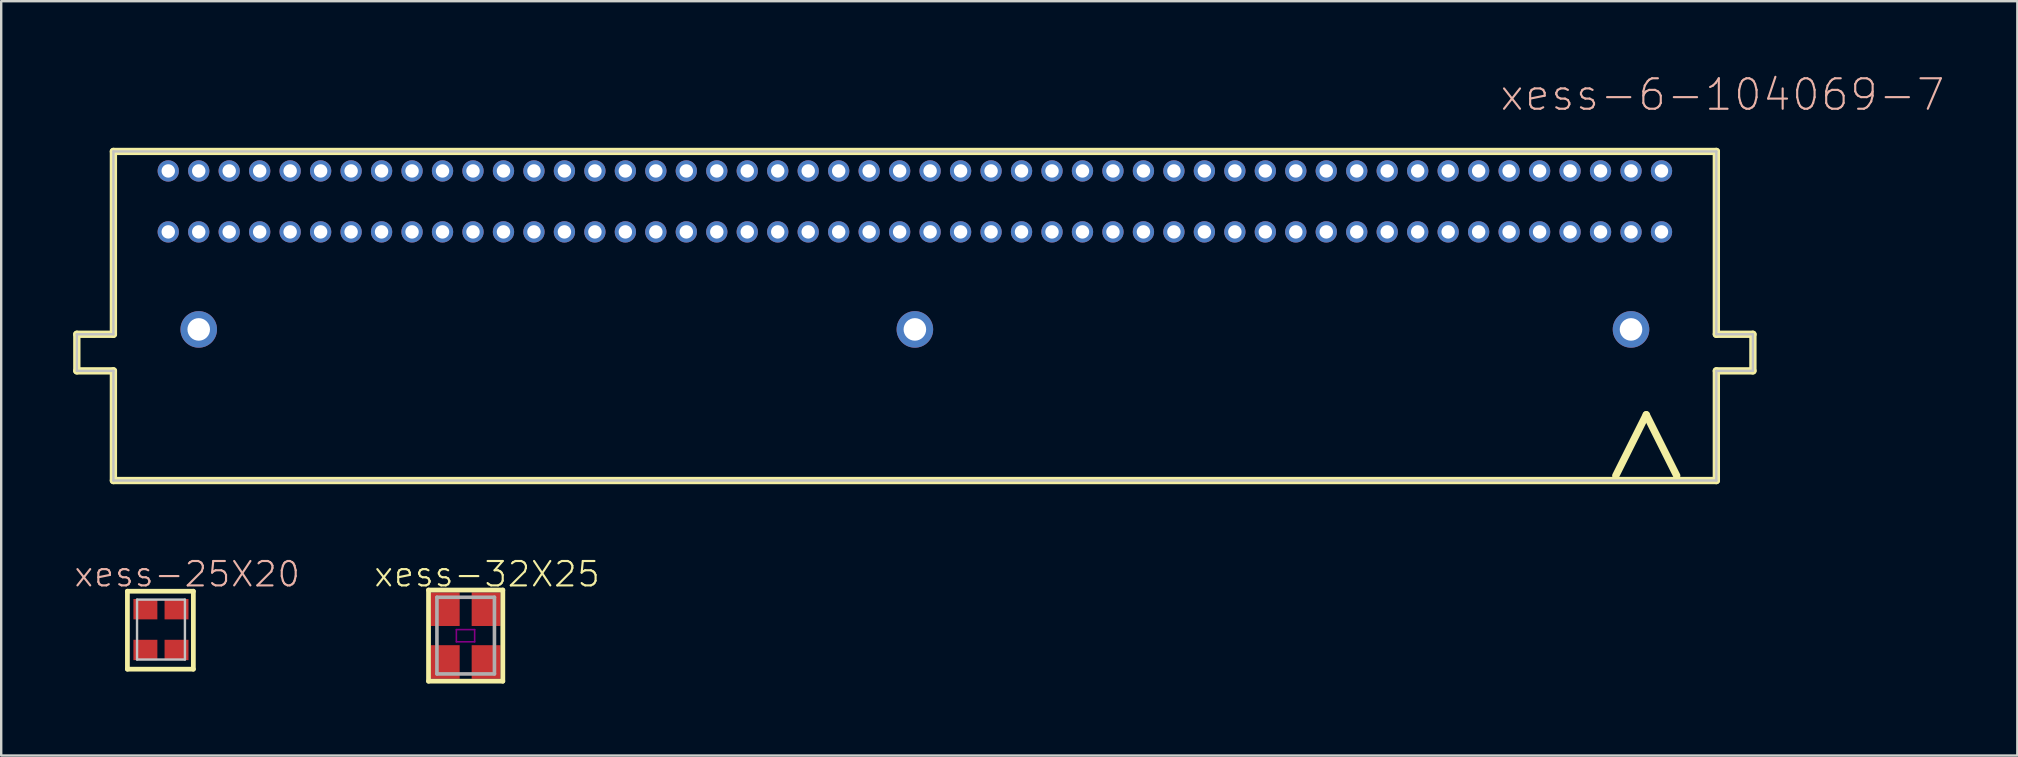
<source format=kicad_pcb>
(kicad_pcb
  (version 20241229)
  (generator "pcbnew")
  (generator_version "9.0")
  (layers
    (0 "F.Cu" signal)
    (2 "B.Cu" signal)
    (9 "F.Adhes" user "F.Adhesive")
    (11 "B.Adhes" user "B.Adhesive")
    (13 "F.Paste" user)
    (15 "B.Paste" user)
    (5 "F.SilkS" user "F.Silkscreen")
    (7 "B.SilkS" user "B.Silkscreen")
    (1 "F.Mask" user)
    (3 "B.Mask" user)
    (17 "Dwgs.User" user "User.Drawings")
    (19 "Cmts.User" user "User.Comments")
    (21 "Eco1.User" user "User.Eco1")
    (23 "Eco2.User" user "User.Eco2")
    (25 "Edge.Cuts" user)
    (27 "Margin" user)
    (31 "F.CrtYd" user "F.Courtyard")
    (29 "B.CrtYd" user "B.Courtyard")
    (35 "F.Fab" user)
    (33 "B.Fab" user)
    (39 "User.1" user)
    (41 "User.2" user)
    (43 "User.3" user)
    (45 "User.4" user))
  (footprint "xess-32X25"
    (layer "F.Cu")
    (at 16.357 23.438)
    (property "Reference" "xess-32X25" (at 0.89 -2.558 0) (layer "F.SilkS") (effects (font (size 1.016 1.016) (thickness 0.089))))
    (attr smd)
    (fp_line (start -1.548 -1.898) (end -1.548 1.9) (stroke (width 0.198) (type solid)) (layer "F.SilkS"))
    (fp_line (start -1.548 1.9) (end 1.548 1.9) (stroke (width 0.198) (type solid)) (layer "F.SilkS"))
    (fp_line (start 1.548 -1.898) (end -1.548 -1.898) (stroke (width 0.198) (type solid)) (layer "F.SilkS"))
    (fp_line (start 1.548 1.9) (end 1.548 -1.898) (stroke (width 0.198) (type solid)) (layer "F.SilkS"))
    (fp_line (start -0.388 -0.249) (end 0.374 -0.249) (stroke (width 0.066) (type solid)) (layer "F.Adhes"))
    (fp_line (start -0.388 0.259) (end -0.388 -0.249) (stroke (width 0.066) (type solid)) (layer "F.Adhes"))
    (fp_line (start -0.388 0.259) (end 0.374 0.259) (stroke (width 0.066) (type solid)) (layer "F.Adhes"))
    (fp_line (start 0.374 0.259) (end 0.374 -0.249) (stroke (width 0.066) (type solid)) (layer "F.Adhes"))
    (fp_line (start -1.198 -1.598) (end 1.199 -1.598) (stroke (width 0.15) (type solid)) (layer "F.Fab"))
    (fp_line (start -1.198 1.597) (end -1.198 -1.598) (stroke (width 0.15) (type solid)) (layer "F.Fab"))
    (fp_line (start 1.199 -1.598) (end 1.199 1.597) (stroke (width 0.15) (type solid)) (layer "F.Fab"))
    (fp_line (start 1.199 1.597) (end -1.198 1.597) (stroke (width 0.15) (type solid)) (layer "F.Fab"))
    (pad "1" smd rect (at -0.85 -1.1) (size 1.199 1.4) (layers "F.Cu" "F.Mask" "F.Paste"))
    (pad "2" smd rect (at -0.85 1.1) (size 1.199 1.4) (layers "F.Cu" "F.Mask" "F.Paste"))
    (pad "3" smd rect (at 0.849 1.1) (size 1.199 1.4) (layers "F.Cu" "F.Mask" "F.Paste"))
    (pad "4" smd rect (at 0.849 -1.1) (size 1.199 1.4) (layers "F.Cu" "F.Mask" "F.Paste")))
  (footprint "xess-25X20"
    (layer "F.Cu")
    (at 3.009 22.338)
    (property "Reference" "xess-25X20" (at 1.74 -1.458 0) (layer "B.SilkS") (effects (font (size 1.016 1.016) (thickness 0.089))))
    (attr smd)
    (fp_line (start -0.749 -0.749) (end -0.749 2.499) (stroke (width 0.198) (type solid)) (layer "F.SilkS"))
    (fp_line (start -0.749 2.499) (end 1.999 2.499) (stroke (width 0.198) (type solid)) (layer "F.SilkS"))
    (fp_line (start 1.999 -0.749) (end -0.749 -0.749) (stroke (width 0.198) (type solid)) (layer "F.SilkS"))
    (fp_line (start 1.999 2.499) (end 1.999 -0.749) (stroke (width 0.198) (type solid)) (layer "F.SilkS"))
    (fp_line (start -0.348 -0.399) (end 1.648 -0.399) (stroke (width 0.1) (type solid)) (layer "Dwgs.User"))
    (fp_line (start -0.348 2.098) (end -0.348 -0.399) (stroke (width 0.1) (type solid)) (layer "Dwgs.User"))
    (fp_line (start 1.648 -0.399) (end 1.648 2.098) (stroke (width 0.1) (type solid)) (layer "Dwgs.User"))
    (fp_line (start 1.648 2.098) (end -0.348 2.098) (stroke (width 0.1) (type solid)) (layer "Dwgs.User"))
    (pad "1" smd rect (at 0 0) (size 0.998 0.848) (layers "F.Cu" "F.Mask" "F.Paste"))
    (pad "2" smd rect (at 0 1.699) (size 0.998 0.848) (layers "F.Cu" "F.Mask" "F.Paste"))
    (pad "3" smd rect (at 1.298 1.699) (size 0.998 0.848) (layers "F.Cu" "F.Mask" "F.Paste"))
    (pad "4" smd rect (at 1.298 0) (size 0.998 0.848) (layers "F.Cu" "F.Mask" "F.Paste")))
  (footprint "xess-6-104069-7"
    (layer "F.Cu")
    (at 35.077 4.074)
    (property "Reference" "xess-6-104069-7" (at 33.655 -3.175 0) (layer "B.SilkS") (effects (font (size 1.27 1.27) (thickness 0.089))))
    (attr exclude_from_pos_files exclude_from_bom)
    (fp_line (start -34.925 6.807) (end -34.925 8.331) (stroke (width 0.305) (type solid)) (layer "F.SilkS"))
    (fp_line (start -34.925 8.331) (end -33.401 8.331) (stroke (width 0.305) (type solid)) (layer "F.SilkS"))
    (fp_line (start -33.401 -0.813) (end -33.401 6.807) (stroke (width 0.305) (type solid)) (layer "F.SilkS"))
    (fp_line (start -33.401 6.807) (end -34.925 6.807) (stroke (width 0.305) (type solid)) (layer "F.SilkS"))
    (fp_line (start -33.401 8.331) (end -33.401 12.903) (stroke (width 0.305) (type solid)) (layer "F.SilkS"))
    (fp_line (start -33.401 12.903) (end 33.401 12.903) (stroke (width 0.305) (type solid)) (layer "F.SilkS"))
    (fp_line (start 29.21 12.7) (end 30.48 10.16) (stroke (width 0.305) (type solid)) (layer "F.SilkS"))
    (fp_line (start 30.48 10.16) (end 31.75 12.7) (stroke (width 0.305) (type solid)) (layer "F.SilkS"))
    (fp_line (start 33.401 -0.813) (end -33.401 -0.813) (stroke (width 0.305) (type solid)) (layer "F.SilkS"))
    (fp_line (start 33.401 6.807) (end 33.401 -0.813) (stroke (width 0.305) (type solid)) (layer "F.SilkS"))
    (fp_line (start 33.401 8.331) (end 34.925 8.331) (stroke (width 0.305) (type solid)) (layer "F.SilkS"))
    (fp_line (start 33.401 12.903) (end 33.401 8.331) (stroke (width 0.305) (type solid)) (layer "F.SilkS"))
    (fp_line (start 34.925 6.807) (end 33.401 6.807) (stroke (width 0.305) (type solid)) (layer "F.SilkS"))
    (fp_line (start 34.925 8.331) (end 34.925 6.807) (stroke (width 0.305) (type solid)) (layer "F.SilkS"))
    (fp_line (start -34.925 6.807) (end -34.925 8.331) (stroke (width 0.1) (type solid)) (layer "Dwgs.User"))
    (fp_line (start -34.925 8.331) (end -33.401 8.331) (stroke (width 0.1) (type solid)) (layer "Dwgs.User"))
    (fp_line (start -33.401 -0.813) (end -33.401 6.807) (stroke (width 0.1) (type solid)) (layer "Dwgs.User"))
    (fp_line (start -33.401 6.807) (end -34.925 6.807) (stroke (width 0.1) (type solid)) (layer "Dwgs.User"))
    (fp_line (start -33.401 8.331) (end -33.401 12.903) (stroke (width 0.1) (type solid)) (layer "Dwgs.User"))
    (fp_line (start -33.401 12.903) (end 33.401 12.903) (stroke (width 0.1) (type solid)) (layer "Dwgs.User"))
    (fp_line (start 33.401 -0.813) (end -33.401 -0.813) (stroke (width 0.1) (type solid)) (layer "Dwgs.User"))
    (fp_line (start 33.401 6.807) (end 33.401 -0.813) (stroke (width 0.1) (type solid)) (layer "Dwgs.User"))
    (fp_line (start 33.401 8.331) (end 34.925 8.331) (stroke (width 0.1) (type solid)) (layer "Dwgs.User"))
    (fp_line (start 33.401 12.903) (end 33.401 8.331) (stroke (width 0.1) (type solid)) (layer "Dwgs.User"))
    (fp_line (start 34.925 6.807) (end 33.401 6.807) (stroke (width 0.1) (type solid)) (layer "Dwgs.User"))
    (fp_line (start 34.925 8.331) (end 34.925 6.807) (stroke (width 0.1) (type solid)) (layer "Dwgs.User"))
    (pad "1" thru_hole circle (at 31.115 0) (size 0.889 0.889) (drill 0.559) (layers "*.Cu" "*.Mask"))
    (pad "2" thru_hole circle (at 31.115 2.54) (size 0.889 0.889) (drill 0.559) (layers "*.Cu" "*.Mask"))
    (pad "3" thru_hole circle (at 29.845 0) (size 0.889 0.889) (drill 0.559) (layers "*.Cu" "*.Mask"))
    (pad "4" thru_hole circle (at 29.845 2.54) (size 0.889 0.889) (drill 0.559) (layers "*.Cu" "*.Mask"))
    (pad "5" thru_hole circle (at 28.575 0) (size 0.889 0.889) (drill 0.559) (layers "*.Cu" "*.Mask"))
    (pad "6" thru_hole circle (at 28.575 2.54) (size 0.889 0.889) (drill 0.559) (layers "*.Cu" "*.Mask"))
    (pad "7" thru_hole circle (at 27.305 0) (size 0.889 0.889) (drill 0.559) (layers "*.Cu" "*.Mask"))
    (pad "8" thru_hole circle (at 27.305 2.54) (size 0.889 0.889) (drill 0.559) (layers "*.Cu" "*.Mask"))
    (pad "9" thru_hole circle (at 26.035 0) (size 0.889 0.889) (drill 0.559) (layers "*.Cu" "*.Mask"))
    (pad "10" thru_hole circle (at 26.035 2.54) (size 0.889 0.889) (drill 0.559) (layers "*.Cu" "*.Mask"))
    (pad "11" thru_hole circle (at 24.765 0) (size 0.889 0.889) (drill 0.559) (layers "*.Cu" "*.Mask"))
    (pad "12" thru_hole circle (at 24.765 2.54) (size 0.889 0.889) (drill 0.559) (layers "*.Cu" "*.Mask"))
    (pad "13" thru_hole circle (at 23.495 0) (size 0.889 0.889) (drill 0.559) (layers "*.Cu" "*.Mask"))
    (pad "14" thru_hole circle (at 23.495 2.54) (size 0.889 0.889) (drill 0.559) (layers "*.Cu" "*.Mask"))
    (pad "15" thru_hole circle (at 22.225 0) (size 0.889 0.889) (drill 0.559) (layers "*.Cu" "*.Mask"))
    (pad "16" thru_hole circle (at 22.225 2.54) (size 0.889 0.889) (drill 0.559) (layers "*.Cu" "*.Mask"))
    (pad "17" thru_hole circle (at 20.955 0) (size 0.889 0.889) (drill 0.559) (layers "*.Cu" "*.Mask"))
    (pad "18" thru_hole circle (at 20.955 2.54) (size 0.889 0.889) (drill 0.559) (layers "*.Cu" "*.Mask"))
    (pad "19" thru_hole circle (at 19.685 0) (size 0.889 0.889) (drill 0.559) (layers "*.Cu" "*.Mask"))
    (pad "20" thru_hole circle (at 19.685 2.54) (size 0.889 0.889) (drill 0.559) (layers "*.Cu" "*.Mask"))
    (pad "21" thru_hole circle (at 18.415 0) (size 0.889 0.889) (drill 0.559) (layers "*.Cu" "*.Mask"))
    (pad "22" thru_hole circle (at 18.415 2.54) (size 0.889 0.889) (drill 0.559) (layers "*.Cu" "*.Mask"))
    (pad "23" thru_hole circle (at 17.145 0) (size 0.889 0.889) (drill 0.559) (layers "*.Cu" "*.Mask"))
    (pad "24" thru_hole circle (at 17.145 2.54) (size 0.889 0.889) (drill 0.559) (layers "*.Cu" "*.Mask"))
    (pad "25" thru_hole circle (at 15.875 0) (size 0.889 0.889) (drill 0.559) (layers "*.Cu" "*.Mask"))
    (pad "26" thru_hole circle (at 15.875 2.54) (size 0.889 0.889) (drill 0.559) (layers "*.Cu" "*.Mask"))
    (pad "27" thru_hole circle (at 14.605 0) (size 0.889 0.889) (drill 0.559) (layers "*.Cu" "*.Mask"))
    (pad "28" thru_hole circle (at 14.605 2.54) (size 0.889 0.889) (drill 0.559) (layers "*.Cu" "*.Mask"))
    (pad "29" thru_hole circle (at 13.335 0) (size 0.889 0.889) (drill 0.559) (layers "*.Cu" "*.Mask"))
    (pad "30" thru_hole circle (at 13.335 2.54) (size 0.889 0.889) (drill 0.559) (layers "*.Cu" "*.Mask"))
    (pad "31" thru_hole circle (at 12.065 0) (size 0.889 0.889) (drill 0.559) (layers "*.Cu" "*.Mask"))
    (pad "32" thru_hole circle (at 12.065 2.54) (size 0.889 0.889) (drill 0.559) (layers "*.Cu" "*.Mask"))
    (pad "33" thru_hole circle (at 10.795 0) (size 0.889 0.889) (drill 0.559) (layers "*.Cu" "*.Mask"))
    (pad "34" thru_hole circle (at 10.795 2.54) (size 0.889 0.889) (drill 0.559) (layers "*.Cu" "*.Mask"))
    (pad "35" thru_hole circle (at 9.525 0) (size 0.889 0.889) (drill 0.559) (layers "*.Cu" "*.Mask"))
    (pad "36" thru_hole circle (at 9.525 2.54) (size 0.889 0.889) (drill 0.559) (layers "*.Cu" "*.Mask"))
    (pad "37" thru_hole circle (at 8.255 0) (size 0.889 0.889) (drill 0.559) (layers "*.Cu" "*.Mask"))
    (pad "38" thru_hole circle (at 8.255 2.54) (size 0.889 0.889) (drill 0.559) (layers "*.Cu" "*.Mask"))
    (pad "39" thru_hole circle (at 6.985 0) (size 0.889 0.889) (drill 0.559) (layers "*.Cu" "*.Mask"))
    (pad "40" thru_hole circle (at 6.985 2.54) (size 0.889 0.889) (drill 0.559) (layers "*.Cu" "*.Mask"))
    (pad "41" thru_hole circle (at 5.715 0) (size 0.889 0.889) (drill 0.559) (layers "*.Cu" "*.Mask"))
    (pad "42" thru_hole circle (at 5.715 2.54) (size 0.889 0.889) (drill 0.559) (layers "*.Cu" "*.Mask"))
    (pad "43" thru_hole circle (at 4.445 0) (size 0.889 0.889) (drill 0.559) (layers "*.Cu" "*.Mask"))
    (pad "44" thru_hole circle (at 4.445 2.54) (size 0.889 0.889) (drill 0.559) (layers "*.Cu" "*.Mask"))
    (pad "45" thru_hole circle (at 3.175 0) (size 0.889 0.889) (drill 0.559) (layers "*.Cu" "*.Mask"))
    (pad "46" thru_hole circle (at 3.175 2.54) (size 0.889 0.889) (drill 0.559) (layers "*.Cu" "*.Mask"))
    (pad "47" thru_hole circle (at 1.905 0) (size 0.889 0.889) (drill 0.559) (layers "*.Cu" "*.Mask"))
    (pad "48" thru_hole circle (at 1.905 2.54) (size 0.889 0.889) (drill 0.559) (layers "*.Cu" "*.Mask"))
    (pad "49" thru_hole circle (at 0.635 0) (size 0.889 0.889) (drill 0.559) (layers "*.Cu" "*.Mask"))
    (pad "50" thru_hole circle (at 0.635 2.54) (size 0.889 0.889) (drill 0.559) (layers "*.Cu" "*.Mask"))
    (pad "51" thru_hole circle (at -0.635 0) (size 0.889 0.889) (drill 0.559) (layers "*.Cu" "*.Mask"))
    (pad "52" thru_hole circle (at -0.635 2.54) (size 0.889 0.889) (drill 0.559) (layers "*.Cu" "*.Mask"))
    (pad "53" thru_hole circle (at -1.905 0) (size 0.889 0.889) (drill 0.559) (layers "*.Cu" "*.Mask"))
    (pad "54" thru_hole circle (at -1.905 2.54) (size 0.889 0.889) (drill 0.559) (layers "*.Cu" "*.Mask"))
    (pad "55" thru_hole circle (at -3.175 0) (size 0.889 0.889) (drill 0.559) (layers "*.Cu" "*.Mask"))
    (pad "56" thru_hole circle (at -3.175 2.54) (size 0.889 0.889) (drill 0.559) (layers "*.Cu" "*.Mask"))
    (pad "57" thru_hole circle (at -4.445 0) (size 0.889 0.889) (drill 0.559) (layers "*.Cu" "*.Mask"))
    (pad "58" thru_hole circle (at -4.445 2.54) (size 0.889 0.889) (drill 0.559) (layers "*.Cu" "*.Mask"))
    (pad "59" thru_hole circle (at -5.715 0) (size 0.889 0.889) (drill 0.559) (layers "*.Cu" "*.Mask"))
    (pad "60" thru_hole circle (at -5.715 2.54) (size 0.889 0.889) (drill 0.559) (layers "*.Cu" "*.Mask"))
    (pad "61" thru_hole circle (at -6.985 0) (size 0.889 0.889) (drill 0.559) (layers "*.Cu" "*.Mask"))
    (pad "62" thru_hole circle (at -6.985 2.54) (size 0.889 0.889) (drill 0.559) (layers "*.Cu" "*.Mask"))
    (pad "63" thru_hole circle (at -8.255 0) (size 0.889 0.889) (drill 0.559) (layers "*.Cu" "*.Mask"))
    (pad "64" thru_hole circle (at -8.255 2.54) (size 0.889 0.889) (drill 0.559) (layers "*.Cu" "*.Mask"))
    (pad "65" thru_hole circle (at -9.525 0) (size 0.889 0.889) (drill 0.559) (layers "*.Cu" "*.Mask"))
    (pad "66" thru_hole circle (at -9.525 2.54) (size 0.889 0.889) (drill 0.559) (layers "*.Cu" "*.Mask"))
    (pad "67" thru_hole circle (at -10.795 0) (size 0.889 0.889) (drill 0.559) (layers "*.Cu" "*.Mask"))
    (pad "68" thru_hole circle (at -10.795 2.54) (size 0.889 0.889) (drill 0.559) (layers "*.Cu" "*.Mask"))
    (pad "69" thru_hole circle (at -12.065 0) (size 0.889 0.889) (drill 0.559) (layers "*.Cu" "*.Mask"))
    (pad "70" thru_hole circle (at -12.065 2.54) (size 0.889 0.889) (drill 0.559) (layers "*.Cu" "*.Mask"))
    (pad "71" thru_hole circle (at -13.335 0) (size 0.889 0.889) (drill 0.559) (layers "*.Cu" "*.Mask"))
    (pad "72" thru_hole circle (at -13.335 2.54) (size 0.889 0.889) (drill 0.559) (layers "*.Cu" "*.Mask"))
    (pad "73" thru_hole circle (at -14.605 0) (size 0.889 0.889) (drill 0.559) (layers "*.Cu" "*.Mask"))
    (pad "74" thru_hole circle (at -14.605 2.54) (size 0.889 0.889) (drill 0.559) (layers "*.Cu" "*.Mask"))
    (pad "75" thru_hole circle (at -15.875 0) (size 0.889 0.889) (drill 0.559) (layers "*.Cu" "*.Mask"))
    (pad "76" thru_hole circle (at -15.875 2.54) (size 0.889 0.889) (drill 0.559) (layers "*.Cu" "*.Mask"))
    (pad "77" thru_hole circle (at -17.145 0) (size 0.889 0.889) (drill 0.559) (layers "*.Cu" "*.Mask"))
    (pad "78" thru_hole circle (at -17.145 2.54) (size 0.889 0.889) (drill 0.559) (layers "*.Cu" "*.Mask"))
    (pad "79" thru_hole circle (at -18.415 0) (size 0.889 0.889) (drill 0.559) (layers "*.Cu" "*.Mask"))
    (pad "80" thru_hole circle (at -18.415 2.54) (size 0.889 0.889) (drill 0.559) (layers "*.Cu" "*.Mask"))
    (pad "81" thru_hole circle (at -19.685 0) (size 0.889 0.889) (drill 0.559) (layers "*.Cu" "*.Mask"))
    (pad "82" thru_hole circle (at -19.685 2.54) (size 0.889 0.889) (drill 0.559) (layers "*.Cu" "*.Mask"))
    (pad "83" thru_hole circle (at -20.955 0) (size 0.889 0.889) (drill 0.559) (layers "*.Cu" "*.Mask"))
    (pad "84" thru_hole circle (at -20.955 2.54) (size 0.889 0.889) (drill 0.559) (layers "*.Cu" "*.Mask"))
    (pad "85" thru_hole circle (at -22.225 0) (size 0.889 0.889) (drill 0.559) (layers "*.Cu" "*.Mask"))
    (pad "86" thru_hole circle (at -22.225 2.54) (size 0.889 0.889) (drill 0.559) (layers "*.Cu" "*.Mask"))
    (pad "87" thru_hole circle (at -23.495 0) (size 0.889 0.889) (drill 0.559) (layers "*.Cu" "*.Mask"))
    (pad "88" thru_hole circle (at -23.495 2.54) (size 0.889 0.889) (drill 0.559) (layers "*.Cu" "*.Mask"))
    (pad "89" thru_hole circle (at -24.765 0) (size 0.889 0.889) (drill 0.559) (layers "*.Cu" "*.Mask"))
    (pad "90" thru_hole circle (at -24.765 2.54) (size 0.889 0.889) (drill 0.559) (layers "*.Cu" "*.Mask"))
    (pad "91" thru_hole circle (at -26.035 0) (size 0.889 0.889) (drill 0.559) (layers "*.Cu" "*.Mask"))
    (pad "92" thru_hole circle (at -26.035 2.54) (size 0.889 0.889) (drill 0.559) (layers "*.Cu" "*.Mask"))
    (pad "93" thru_hole circle (at -27.305 0) (size 0.889 0.889) (drill 0.559) (layers "*.Cu" "*.Mask"))
    (pad "94" thru_hole circle (at -27.305 2.54) (size 0.889 0.889) (drill 0.559) (layers "*.Cu" "*.Mask"))
    (pad "95" thru_hole circle (at -28.575 0) (size 0.889 0.889) (drill 0.559) (layers "*.Cu" "*.Mask"))
    (pad "96" thru_hole circle (at -28.575 2.54) (size 0.889 0.889) (drill 0.559) (layers "*.Cu" "*.Mask"))
    (pad "97" thru_hole circle (at -29.845 0) (size 0.889 0.889) (drill 0.559) (layers "*.Cu" "*.Mask"))
    (pad "98" thru_hole circle (at -29.845 2.54) (size 0.889 0.889) (drill 0.559) (layers "*.Cu" "*.Mask"))
    (pad "99" thru_hole circle (at -31.115 0) (size 0.889 0.889) (drill 0.559) (layers "*.Cu" "*.Mask"))
    (pad "100" thru_hole circle (at -31.115 2.54) (size 0.889 0.889) (drill 0.559) (layers "*.Cu" "*.Mask"))
    (pad "G1" thru_hole circle (at 0 6.604) (size 1.524 1.524) (drill 0.94) (layers "*.Cu" "*.Mask"))
    (pad "G2" thru_hole circle (at 29.845 6.604) (size 1.524 1.524) (drill 0.94) (layers "*.Cu" "*.Mask"))
    (pad "G3" thru_hole circle (at -29.845 6.604) (size 1.524 1.524) (drill 0.94) (layers "*.Cu" "*.Mask")))
  (gr_rect
    (start -3 -3)
    (end 81.022 28.437)
    (stroke (width 0.1) (type default))
    (fill no)
    (layer "Edge.Cuts")))
</source>
